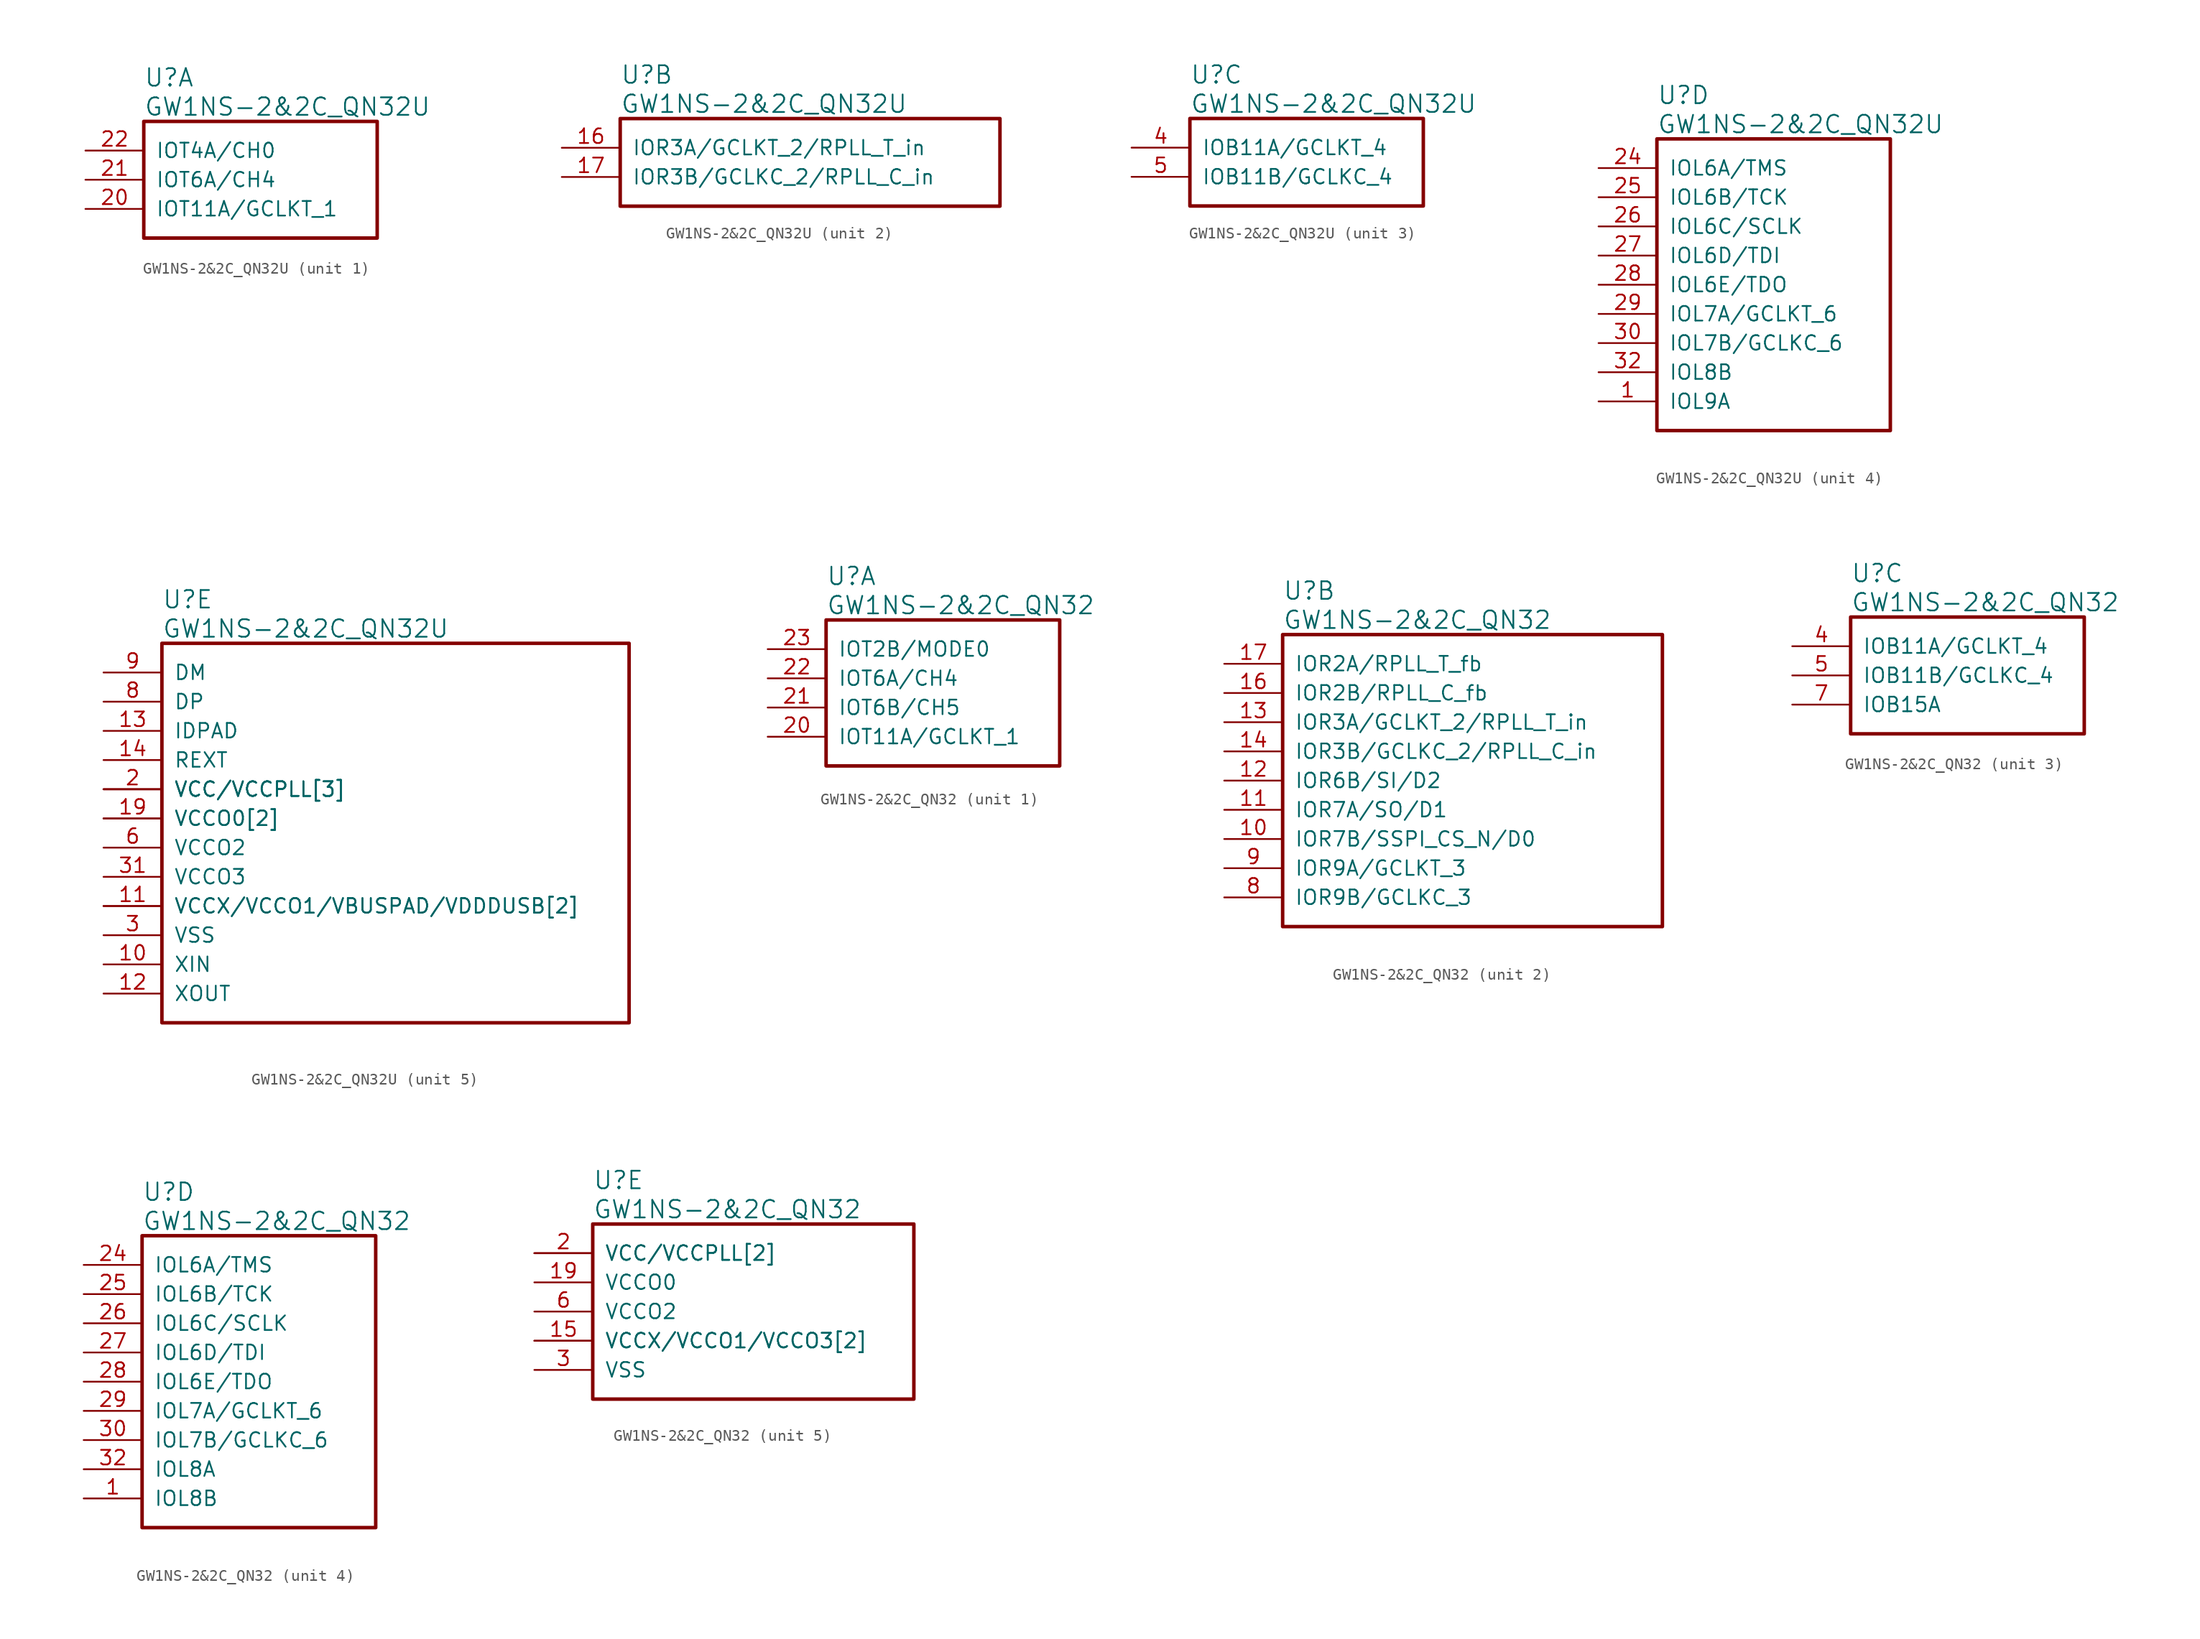
<source format=kicad_sym>
(kicad_symbol_lib
  (version 20211014)
  (generator kicad_symbol_editor)
  (symbol "GW1NS-2&2C_QN32U"
    (pin_names
      (offset 1.016))
    (property "Reference" "U"
      (at 5.08 6.35 0)
      (effects (font (size 1.524 1.524)) (justify left)))
    (property "Value" "GW1NS-2&2C_QN32U"
      (at 5.08 3.81 0)
      (effects (font (size 1.524 1.524)) (justify left)))
    (property "ki_locked" ""
      (at 0 0 0)
      (effects (font (size 1.27 1.27))))
    (symbol "GW1NS-2&2C_QN32U_1_1"
      (rectangle (start 5.08 2.54) (end 25.4 -7.62) (stroke (width 0.305) (type default) (color 0 0 0 0)) (fill (type none)))
      (pin bidirectional line (at 0 -5.08 0) (length 5.08) (name "IOT11A/GCLKT_1" (effects (font (size 1.27 1.27)))) (number "20" (effects (font (size 1.27 1.27)))))
      (pin bidirectional line (at 0 -2.54 0) (length 5.08) (name "IOT6A/CH4" (effects (font (size 1.27 1.27)))) (number "21" (effects (font (size 1.27 1.27)))))
      (pin bidirectional line (at 0 0 0) (length 5.08) (name "IOT4A/CH0" (effects (font (size 1.27 1.27)))) (number "22" (effects (font (size 1.27 1.27))))))
    (symbol "GW1NS-2&2C_QN32U_2_1"
      (rectangle (start 5.08 2.54) (end 38.1 -5.08) (stroke (width 0.305) (type default) (color 0 0 0 0)) (fill (type none)))
      (pin bidirectional line (at 0 0 0) (length 5.08) (name "IOR3A/GCLKT_2/RPLL_T_in" (effects (font (size 1.27 1.27)))) (number "16" (effects (font (size 1.27 1.27)))))
      (pin bidirectional line (at 0 -2.54 0) (length 5.08) (name "IOR3B/GCLKC_2/RPLL_C_in" (effects (font (size 1.27 1.27)))) (number "17" (effects (font (size 1.27 1.27))))))
    (symbol "GW1NS-2&2C_QN32U_3_1"
      (rectangle (start 5.08 2.54) (end 25.4 -5.08) (stroke (width 0.305) (type default) (color 0 0 0 0)) (fill (type none)))
      (pin bidirectional line (at 0 0 0) (length 5.08) (name "IOB11A/GCLKT_4" (effects (font (size 1.27 1.27)))) (number "4" (effects (font (size 1.27 1.27)))))
      (pin bidirectional line (at 0 -2.54 0) (length 5.08) (name "IOB11B/GCLKC_4" (effects (font (size 1.27 1.27)))) (number "5" (effects (font (size 1.27 1.27))))))
    (symbol "GW1NS-2&2C_QN32U_4_1"
      (rectangle (start 5.08 2.54) (end 25.4 -22.86) (stroke (width 0.305) (type default) (color 0 0 0 0)) (fill (type none)))
      (pin bidirectional line (at 0 -20.32 0) (length 5.08) (name "IOL9A" (effects (font (size 1.27 1.27)))) (number "1" (effects (font (size 1.27 1.27)))))
      (pin bidirectional line (at 0 0 0) (length 5.08) (name "IOL6A/TMS" (effects (font (size 1.27 1.27)))) (number "24" (effects (font (size 1.27 1.27)))))
      (pin bidirectional line (at 0 -2.54 0) (length 5.08) (name "IOL6B/TCK" (effects (font (size 1.27 1.27)))) (number "25" (effects (font (size 1.27 1.27)))))
      (pin bidirectional line (at 0 -5.08 0) (length 5.08) (name "IOL6C/SCLK" (effects (font (size 1.27 1.27)))) (number "26" (effects (font (size 1.27 1.27)))))
      (pin bidirectional line (at 0 -7.62 0) (length 5.08) (name "IOL6D/TDI" (effects (font (size 1.27 1.27)))) (number "27" (effects (font (size 1.27 1.27)))))
      (pin bidirectional line (at 0 -10.16 0) (length 5.08) (name "IOL6E/TDO" (effects (font (size 1.27 1.27)))) (number "28" (effects (font (size 1.27 1.27)))))
      (pin bidirectional line (at 0 -12.7 0) (length 5.08) (name "IOL7A/GCLKT_6" (effects (font (size 1.27 1.27)))) (number "29" (effects (font (size 1.27 1.27)))))
      (pin bidirectional line (at 0 -15.24 0) (length 5.08) (name "IOL7B/GCLKC_6" (effects (font (size 1.27 1.27)))) (number "30" (effects (font (size 1.27 1.27)))))
      (pin bidirectional line (at 0 -17.78 0) (length 5.08) (name "IOL8B" (effects (font (size 1.27 1.27)))) (number "32" (effects (font (size 1.27 1.27))))))
    (symbol "GW1NS-2&2C_QN32U_5_1"
      (rectangle (start 5.08 2.54) (end 45.72 -30.48) (stroke (width 0.305) (type default) (color 0 0 0 0)) (fill (type none)))
      (pin power_in line (at 0 -25.4 0) (length 5.08) (name "XIN" (effects (font (size 1.27 1.27)))) (number "10" (effects (font (size 1.27 1.27)))))
      (pin power_in line (at 0 -20.32 0) (length 5.08) (name "VCCX/VCCO1/VBUSPAD/VDDDUSB[2]" (effects (font (size 1.27 1.27)))) (number "11" (effects (font (size 1.27 1.27)))))
      (pin power_in line (at 0 -27.94 0) (length 5.08) (name "XOUT" (effects (font (size 1.27 1.27)))) (number "12" (effects (font (size 1.27 1.27)))))
      (pin power_in line (at 0 -5.08 0) (length 5.08) (name "IDPAD" (effects (font (size 1.27 1.27)))) (number "13" (effects (font (size 1.27 1.27)))))
      (pin power_in line (at 0 -7.62 0) (length 5.08) (name "REXT" (effects (font (size 1.27 1.27)))) (number "14" (effects (font (size 1.27 1.27)))))
      (pin power_in line (at 0 -20.32 0) (length 5.08) (name "VCCX/VCCO1/VBUSPAD/VDDDUSB[2]" (effects (font (size 1.27 1.27)))) (number "15" (effects (font (size 0 0)))))
      (pin power_in line (at 0 -10.16 0) (length 5.08) (name "VCC/VCCPLL[3]" (effects (font (size 1.27 1.27)))) (number "18" (effects (font (size 0 0)))))
      (pin power_in line (at 0 -12.7 0) (length 5.08) (name "VCCO0[2]" (effects (font (size 1.27 1.27)))) (number "19" (effects (font (size 1.27 1.27)))))
      (pin power_in line (at 0 -10.16 0) (length 5.08) (name "VCC/VCCPLL[3]" (effects (font (size 1.27 1.27)))) (number "2" (effects (font (size 1.27 1.27)))))
      (pin power_in line (at 0 -12.7 0) (length 5.08) (name "VCCO0[2]" (effects (font (size 1.27 1.27)))) (number "23" (effects (font (size 0 0)))))
      (pin power_in line (at 0 -22.86 0) (length 5.08) (name "VSS" (effects (font (size 1.27 1.27)))) (number "3" (effects (font (size 1.27 1.27)))))
      (pin power_in line (at 0 -17.78 0) (length 5.08) (name "VCCO3" (effects (font (size 1.27 1.27)))) (number "31" (effects (font (size 1.27 1.27)))))
      (pin power_in line (at 0 -15.24 0) (length 5.08) (name "VCCO2" (effects (font (size 1.27 1.27)))) (number "6" (effects (font (size 1.27 1.27)))))
      (pin power_in line (at 0 -10.16 0) (length 5.08) (name "VCC/VCCPLL[3]" (effects (font (size 1.27 1.27)))) (number "7" (effects (font (size 0 0)))))
      (pin power_in line (at 0 -2.54 0) (length 5.08) (name "DP" (effects (font (size 1.27 1.27)))) (number "8" (effects (font (size 1.27 1.27)))))
      (pin power_in line (at 0 0 0) (length 5.08) (name "DM" (effects (font (size 1.27 1.27)))) (number "9" (effects (font (size 1.27 1.27)))))))
  (symbol "GW1NS-2&2C_QN32"
    (pin_names
      (offset 1.016))
    (property "Reference" "U"
      (at 5.08 6.35 0)
      (effects (font (size 1.524 1.524)) (justify left)))
    (property "Value" "GW1NS-2&2C_QN32"
      (at 5.08 3.81 0)
      (effects (font (size 1.524 1.524)) (justify left)))
    (property "ki_locked" ""
      (at 0 0 0)
      (effects (font (size 1.27 1.27))))
    (symbol "GW1NS-2&2C_QN32_1_1"
      (rectangle (start 5.08 2.54) (end 25.4 -10.16) (stroke (width 0.305) (type default) (color 0 0 0 0)) (fill (type none)))
      (pin bidirectional line (at 0 -7.62 0) (length 5.08) (name "IOT11A/GCLKT_1" (effects (font (size 1.27 1.27)))) (number "20" (effects (font (size 1.27 1.27)))))
      (pin bidirectional line (at 0 -5.08 0) (length 5.08) (name "IOT6B/CH5" (effects (font (size 1.27 1.27)))) (number "21" (effects (font (size 1.27 1.27)))))
      (pin bidirectional line (at 0 -2.54 0) (length 5.08) (name "IOT6A/CH4" (effects (font (size 1.27 1.27)))) (number "22" (effects (font (size 1.27 1.27)))))
      (pin bidirectional line (at 0 0 0) (length 5.08) (name "IOT2B/MODE0" (effects (font (size 1.27 1.27)))) (number "23" (effects (font (size 1.27 1.27))))))
    (symbol "GW1NS-2&2C_QN32_2_1"
      (rectangle (start 5.08 2.54) (end 38.1 -22.86) (stroke (width 0.305) (type default) (color 0 0 0 0)) (fill (type none)))
      (pin bidirectional line (at 0 -15.24 0) (length 5.08) (name "IOR7B/SSPI_CS_N/D0" (effects (font (size 1.27 1.27)))) (number "10" (effects (font (size 1.27 1.27)))))
      (pin bidirectional line (at 0 -12.7 0) (length 5.08) (name "IOR7A/SO/D1" (effects (font (size 1.27 1.27)))) (number "11" (effects (font (size 1.27 1.27)))))
      (pin bidirectional line (at 0 -10.16 0) (length 5.08) (name "IOR6B/SI/D2" (effects (font (size 1.27 1.27)))) (number "12" (effects (font (size 1.27 1.27)))))
      (pin bidirectional line (at 0 -5.08 0) (length 5.08) (name "IOR3A/GCLKT_2/RPLL_T_in" (effects (font (size 1.27 1.27)))) (number "13" (effects (font (size 1.27 1.27)))))
      (pin bidirectional line (at 0 -7.62 0) (length 5.08) (name "IOR3B/GCLKC_2/RPLL_C_in" (effects (font (size 1.27 1.27)))) (number "14" (effects (font (size 1.27 1.27)))))
      (pin bidirectional line (at 0 -2.54 0) (length 5.08) (name "IOR2B/RPLL_C_fb" (effects (font (size 1.27 1.27)))) (number "16" (effects (font (size 1.27 1.27)))))
      (pin bidirectional line (at 0 0 0) (length 5.08) (name "IOR2A/RPLL_T_fb" (effects (font (size 1.27 1.27)))) (number "17" (effects (font (size 1.27 1.27)))))
      (pin bidirectional line (at 0 -20.32 0) (length 5.08) (name "IOR9B/GCLKC_3" (effects (font (size 1.27 1.27)))) (number "8" (effects (font (size 1.27 1.27)))))
      (pin bidirectional line (at 0 -17.78 0) (length 5.08) (name "IOR9A/GCLKT_3" (effects (font (size 1.27 1.27)))) (number "9" (effects (font (size 1.27 1.27))))))
    (symbol "GW1NS-2&2C_QN32_3_1"
      (rectangle (start 5.08 2.54) (end 25.4 -7.62) (stroke (width 0.305) (type default) (color 0 0 0 0)) (fill (type none)))
      (pin bidirectional line (at 0 0 0) (length 5.08) (name "IOB11A/GCLKT_4" (effects (font (size 1.27 1.27)))) (number "4" (effects (font (size 1.27 1.27)))))
      (pin bidirectional line (at 0 -2.54 0) (length 5.08) (name "IOB11B/GCLKC_4" (effects (font (size 1.27 1.27)))) (number "5" (effects (font (size 1.27 1.27)))))
      (pin bidirectional line (at 0 -5.08 0) (length 5.08) (name "IOB15A" (effects (font (size 1.27 1.27)))) (number "7" (effects (font (size 1.27 1.27))))))
    (symbol "GW1NS-2&2C_QN32_4_1"
      (rectangle (start 5.08 2.54) (end 25.4 -22.86) (stroke (width 0.305) (type default) (color 0 0 0 0)) (fill (type none)))
      (pin bidirectional line (at 0 -20.32 0) (length 5.08) (name "IOL8B" (effects (font (size 1.27 1.27)))) (number "1" (effects (font (size 1.27 1.27)))))
      (pin bidirectional line (at 0 0 0) (length 5.08) (name "IOL6A/TMS" (effects (font (size 1.27 1.27)))) (number "24" (effects (font (size 1.27 1.27)))))
      (pin bidirectional line (at 0 -2.54 0) (length 5.08) (name "IOL6B/TCK" (effects (font (size 1.27 1.27)))) (number "25" (effects (font (size 1.27 1.27)))))
      (pin bidirectional line (at 0 -5.08 0) (length 5.08) (name "IOL6C/SCLK" (effects (font (size 1.27 1.27)))) (number "26" (effects (font (size 1.27 1.27)))))
      (pin bidirectional line (at 0 -7.62 0) (length 5.08) (name "IOL6D/TDI" (effects (font (size 1.27 1.27)))) (number "27" (effects (font (size 1.27 1.27)))))
      (pin bidirectional line (at 0 -10.16 0) (length 5.08) (name "IOL6E/TDO" (effects (font (size 1.27 1.27)))) (number "28" (effects (font (size 1.27 1.27)))))
      (pin bidirectional line (at 0 -12.7 0) (length 5.08) (name "IOL7A/GCLKT_6" (effects (font (size 1.27 1.27)))) (number "29" (effects (font (size 1.27 1.27)))))
      (pin bidirectional line (at 0 -15.24 0) (length 5.08) (name "IOL7B/GCLKC_6" (effects (font (size 1.27 1.27)))) (number "30" (effects (font (size 1.27 1.27)))))
      (pin bidirectional line (at 0 -17.78 0) (length 5.08) (name "IOL8A" (effects (font (size 1.27 1.27)))) (number "32" (effects (font (size 1.27 1.27))))))
    (symbol "GW1NS-2&2C_QN32_5_1"
      (rectangle (start 5.08 2.54) (end 33.02 -12.7) (stroke (width 0.305) (type default) (color 0 0 0 0)) (fill (type none)))
      (pin power_in line (at 0 -7.62 0) (length 5.08) (name "VCCX/VCCO1/VCCO3[2]" (effects (font (size 1.27 1.27)))) (number "15" (effects (font (size 1.27 1.27)))))
      (pin power_in line (at 0 0 0) (length 5.08) (name "VCC/VCCPLL[2]" (effects (font (size 1.27 1.27)))) (number "18" (effects (font (size 0 0)))))
      (pin power_in line (at 0 -2.54 0) (length 5.08) (name "VCCO0" (effects (font (size 1.27 1.27)))) (number "19" (effects (font (size 1.27 1.27)))))
      (pin power_in line (at 0 0 0) (length 5.08) (name "VCC/VCCPLL[2]" (effects (font (size 1.27 1.27)))) (number "2" (effects (font (size 1.27 1.27)))))
      (pin power_in line (at 0 -10.16 0) (length 5.08) (name "VSS" (effects (font (size 1.27 1.27)))) (number "3" (effects (font (size 1.27 1.27)))))
      (pin power_in line (at 0 -7.62 0) (length 5.08) (name "VCCX/VCCO1/VCCO3[2]" (effects (font (size 1.27 1.27)))) (number "31" (effects (font (size 0 0)))))
      (pin power_in line (at 0 -5.08 0) (length 5.08) (name "VCCO2" (effects (font (size 1.27 1.27)))) (number "6" (effects (font (size 1.27 1.27))))))))
</source>
